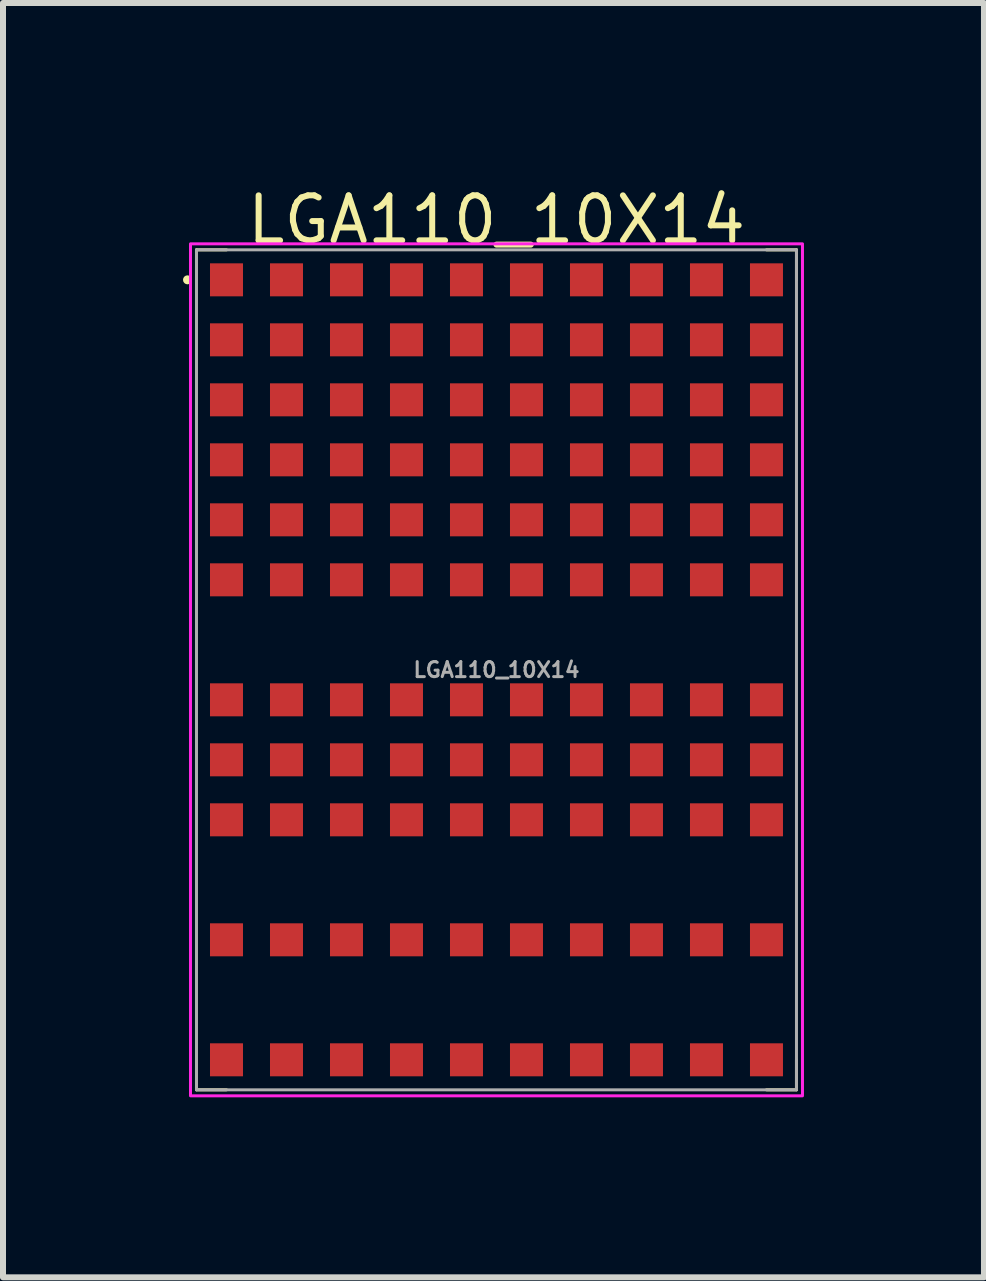
<source format=kicad_pcb>
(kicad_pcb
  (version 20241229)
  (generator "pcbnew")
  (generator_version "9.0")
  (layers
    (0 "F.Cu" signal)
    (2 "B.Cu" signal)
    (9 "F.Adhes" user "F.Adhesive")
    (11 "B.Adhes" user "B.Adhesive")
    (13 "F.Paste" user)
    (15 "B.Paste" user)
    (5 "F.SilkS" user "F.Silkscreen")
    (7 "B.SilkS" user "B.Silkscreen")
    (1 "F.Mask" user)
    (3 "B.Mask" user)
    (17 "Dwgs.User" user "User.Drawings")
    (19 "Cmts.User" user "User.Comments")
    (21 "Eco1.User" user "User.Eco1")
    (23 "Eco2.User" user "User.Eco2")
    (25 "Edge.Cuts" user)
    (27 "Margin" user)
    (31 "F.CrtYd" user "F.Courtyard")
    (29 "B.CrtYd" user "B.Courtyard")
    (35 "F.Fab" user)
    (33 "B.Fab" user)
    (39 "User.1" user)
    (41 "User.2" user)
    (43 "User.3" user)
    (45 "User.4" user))
  (footprint "LGA110_10X14"
    (layer "F.Cu")
    (at 5.225 8.114)
    (property "Reference" "LGA110_10X14" (at 0 -7.5 0) (unlocked yes) (layer "F.SilkS") (effects (font (size 0.75 0.75) (thickness 0.1))))
    (attr smd)
    (fp_line (start -5 -7) (end -5 -6.5) (stroke (width 0.05) (type solid)) (layer "F.SilkS"))
    (fp_line (start -5 -7) (end -4.5 -7) (stroke (width 0.05) (type solid)) (layer "F.SilkS"))
    (fp_line (start -5 7) (end -5 6.5) (stroke (width 0.05) (type solid)) (layer "F.SilkS"))
    (fp_line (start -5 7) (end -4.5 7) (stroke (width 0.05) (type solid)) (layer "F.SilkS"))
    (fp_line (start 5 -7) (end 4.5 -7) (stroke (width 0.05) (type solid)) (layer "F.SilkS"))
    (fp_line (start 5 -7) (end 5 -6.5) (stroke (width 0.05) (type solid)) (layer "F.SilkS"))
    (fp_line (start 5 7) (end 4.5 7) (stroke (width 0.05) (type solid)) (layer "F.SilkS"))
    (fp_line (start 5 7) (end 5 6.5) (stroke (width 0.05) (type solid)) (layer "F.SilkS"))
    (fp_circle (center -5.15 -6.5) (end -5.15 -6.5) (stroke (width 0.05) (type solid)) (fill no) (layer "F.SilkS"))
    (fp_circle (center -5.15 -6.5) (end -5.1 -6.5) (stroke (width 0.05) (type solid)) (fill no) (layer "F.SilkS"))
    (fp_rect (start -5.1 -7.1) (end 5.1 7.1) (stroke (width 0.05) (type solid)) (fill no) (layer "F.CrtYd"))
    (fp_rect (start -5 -7) (end 5 7) (stroke (width 0.05) (type solid)) (fill no) (layer "F.Fab"))
    (fp_text user "${REFERENCE}" (at 0 0 0) (unlocked yes) (layer "F.Fab") (effects (font (size 0.25 0.25) (thickness 0.05))))
    (pad "A1" smd rect (at -4.5 -6.5) (size 0.55 0.55) (layers "F.Cu" "F.Mask" "F.Paste"))
    (pad "A2" smd rect (at -4.5 -5.5) (size 0.55 0.55) (layers "F.Cu" "F.Mask" "F.Paste"))
    (pad "A3" smd rect (at -4.5 -4.5) (size 0.55 0.55) (layers "F.Cu" "F.Mask" "F.Paste"))
    (pad "A4" smd rect (at -4.5 -3.5) (size 0.55 0.55) (layers "F.Cu" "F.Mask" "F.Paste"))
    (pad "A5" smd rect (at -4.5 -2.5) (size 0.55 0.55) (layers "F.Cu" "F.Mask" "F.Paste"))
    (pad "A6" smd rect (at -4.5 -1.5) (size 0.55 0.55) (layers "F.Cu" "F.Mask" "F.Paste"))
    (pad "A8" smd rect (at -4.5 0.5) (size 0.55 0.55) (layers "F.Cu" "F.Mask" "F.Paste"))
    (pad "A9" smd rect (at -4.5 1.5) (size 0.55 0.55) (layers "F.Cu" "F.Mask" "F.Paste"))
    (pad "A10" smd rect (at -4.5 2.5) (size 0.55 0.55) (layers "F.Cu" "F.Mask" "F.Paste"))
    (pad "A12" smd rect (at -4.5 4.5) (size 0.55 0.55) (layers "F.Cu" "F.Mask" "F.Paste"))
    (pad "A14" smd rect (at -4.5 6.5) (size 0.55 0.55) (layers "F.Cu" "F.Mask" "F.Paste"))
    (pad "B1" smd rect (at -3.5 -6.5) (size 0.55 0.55) (layers "F.Cu" "F.Mask" "F.Paste"))
    (pad "B2" smd rect (at -3.5 -5.5) (size 0.55 0.55) (layers "F.Cu" "F.Mask" "F.Paste"))
    (pad "B3" smd rect (at -3.5 -4.5) (size 0.55 0.55) (layers "F.Cu" "F.Mask" "F.Paste"))
    (pad "B4" smd rect (at -3.5 -3.5) (size 0.55 0.55) (layers "F.Cu" "F.Mask" "F.Paste"))
    (pad "B5" smd rect (at -3.5 -2.5) (size 0.55 0.55) (layers "F.Cu" "F.Mask" "F.Paste"))
    (pad "B6" smd rect (at -3.5 -1.5) (size 0.55 0.55) (layers "F.Cu" "F.Mask" "F.Paste"))
    (pad "B8" smd rect (at -3.5 0.5) (size 0.55 0.55) (layers "F.Cu" "F.Mask" "F.Paste"))
    (pad "B9" smd rect (at -3.5 1.5) (size 0.55 0.55) (layers "F.Cu" "F.Mask" "F.Paste"))
    (pad "B10" smd rect (at -3.5 2.5) (size 0.55 0.55) (layers "F.Cu" "F.Mask" "F.Paste"))
    (pad "B12" smd rect (at -3.5 4.5) (size 0.55 0.55) (layers "F.Cu" "F.Mask" "F.Paste"))
    (pad "B14" smd rect (at -3.5 6.5) (size 0.55 0.55) (layers "F.Cu" "F.Mask" "F.Paste"))
    (pad "C1" smd rect (at -2.5 -6.5) (size 0.55 0.55) (layers "F.Cu" "F.Mask" "F.Paste"))
    (pad "C2" smd rect (at -2.5 -5.5) (size 0.55 0.55) (layers "F.Cu" "F.Mask" "F.Paste"))
    (pad "C3" smd rect (at -2.5 -4.5) (size 0.55 0.55) (layers "F.Cu" "F.Mask" "F.Paste"))
    (pad "C4" smd rect (at -2.5 -3.5) (size 0.55 0.55) (layers "F.Cu" "F.Mask" "F.Paste"))
    (pad "C5" smd rect (at -2.5 -2.5) (size 0.55 0.55) (layers "F.Cu" "F.Mask" "F.Paste"))
    (pad "C6" smd rect (at -2.5 -1.5) (size 0.55 0.55) (layers "F.Cu" "F.Mask" "F.Paste"))
    (pad "C8" smd rect (at -2.5 0.5) (size 0.55 0.55) (layers "F.Cu" "F.Mask" "F.Paste"))
    (pad "C9" smd rect (at -2.5 1.5) (size 0.55 0.55) (layers "F.Cu" "F.Mask" "F.Paste"))
    (pad "C10" smd rect (at -2.5 2.5) (size 0.55 0.55) (layers "F.Cu" "F.Mask" "F.Paste"))
    (pad "C12" smd rect (at -2.5 4.5) (size 0.55 0.55) (layers "F.Cu" "F.Mask" "F.Paste"))
    (pad "C14" smd rect (at -2.5 6.5) (size 0.55 0.55) (layers "F.Cu" "F.Mask" "F.Paste"))
    (pad "D1" smd rect (at -1.5 -6.5) (size 0.55 0.55) (layers "F.Cu" "F.Mask" "F.Paste"))
    (pad "D2" smd rect (at -1.5 -5.5) (size 0.55 0.55) (layers "F.Cu" "F.Mask" "F.Paste"))
    (pad "D3" smd rect (at -1.5 -4.5) (size 0.55 0.55) (layers "F.Cu" "F.Mask" "F.Paste"))
    (pad "D4" smd rect (at -1.5 -3.5) (size 0.55 0.55) (layers "F.Cu" "F.Mask" "F.Paste"))
    (pad "D5" smd rect (at -1.5 -2.5) (size 0.55 0.55) (layers "F.Cu" "F.Mask" "F.Paste"))
    (pad "D6" smd rect (at -1.5 -1.5) (size 0.55 0.55) (layers "F.Cu" "F.Mask" "F.Paste"))
    (pad "D8" smd rect (at -1.5 0.5) (size 0.55 0.55) (layers "F.Cu" "F.Mask" "F.Paste"))
    (pad "D9" smd rect (at -1.5 1.5) (size 0.55 0.55) (layers "F.Cu" "F.Mask" "F.Paste"))
    (pad "D10" smd rect (at -1.5 2.5) (size 0.55 0.55) (layers "F.Cu" "F.Mask" "F.Paste"))
    (pad "D12" smd rect (at -1.5 4.5) (size 0.55 0.55) (layers "F.Cu" "F.Mask" "F.Paste"))
    (pad "D14" smd rect (at -1.5 6.5) (size 0.55 0.55) (layers "F.Cu" "F.Mask" "F.Paste"))
    (pad "E1" smd rect (at -0.5 -6.5) (size 0.55 0.55) (layers "F.Cu" "F.Mask" "F.Paste"))
    (pad "E2" smd rect (at -0.5 -5.5) (size 0.55 0.55) (layers "F.Cu" "F.Mask" "F.Paste"))
    (pad "E3" smd rect (at -0.5 -4.5) (size 0.55 0.55) (layers "F.Cu" "F.Mask" "F.Paste"))
    (pad "E4" smd rect (at -0.5 -3.5) (size 0.55 0.55) (layers "F.Cu" "F.Mask" "F.Paste"))
    (pad "E5" smd rect (at -0.5 -2.5) (size 0.55 0.55) (layers "F.Cu" "F.Mask" "F.Paste"))
    (pad "E6" smd rect (at -0.5 -1.5) (size 0.55 0.55) (layers "F.Cu" "F.Mask" "F.Paste"))
    (pad "E8" smd rect (at -0.5 0.5) (size 0.55 0.55) (layers "F.Cu" "F.Mask" "F.Paste"))
    (pad "E9" smd rect (at -0.5 1.5) (size 0.55 0.55) (layers "F.Cu" "F.Mask" "F.Paste"))
    (pad "E10" smd rect (at -0.5 2.5) (size 0.55 0.55) (layers "F.Cu" "F.Mask" "F.Paste"))
    (pad "E12" smd rect (at -0.5 4.5) (size 0.55 0.55) (layers "F.Cu" "F.Mask" "F.Paste"))
    (pad "E14" smd rect (at -0.5 6.5) (size 0.55 0.55) (layers "F.Cu" "F.Mask" "F.Paste"))
    (pad "F1" smd rect (at 0.5 -6.5) (size 0.55 0.55) (layers "F.Cu" "F.Mask" "F.Paste"))
    (pad "F2" smd rect (at 0.5 -5.5) (size 0.55 0.55) (layers "F.Cu" "F.Mask" "F.Paste"))
    (pad "F3" smd rect (at 0.5 -4.5) (size 0.55 0.55) (layers "F.Cu" "F.Mask" "F.Paste"))
    (pad "F4" smd rect (at 0.5 -3.5) (size 0.55 0.55) (layers "F.Cu" "F.Mask" "F.Paste"))
    (pad "F5" smd rect (at 0.5 -2.5) (size 0.55 0.55) (layers "F.Cu" "F.Mask" "F.Paste"))
    (pad "F6" smd rect (at 0.5 -1.5) (size 0.55 0.55) (layers "F.Cu" "F.Mask" "F.Paste"))
    (pad "F8" smd rect (at 0.5 0.5) (size 0.55 0.55) (layers "F.Cu" "F.Mask" "F.Paste"))
    (pad "F9" smd rect (at 0.5 1.5) (size 0.55 0.55) (layers "F.Cu" "F.Mask" "F.Paste"))
    (pad "F10" smd rect (at 0.5 2.5) (size 0.55 0.55) (layers "F.Cu" "F.Mask" "F.Paste"))
    (pad "F12" smd rect (at 0.5 4.5) (size 0.55 0.55) (layers "F.Cu" "F.Mask" "F.Paste"))
    (pad "F14" smd rect (at 0.5 6.5) (size 0.55 0.55) (layers "F.Cu" "F.Mask" "F.Paste"))
    (pad "G1" smd rect (at 1.5 -6.5) (size 0.55 0.55) (layers "F.Cu" "F.Mask" "F.Paste"))
    (pad "G2" smd rect (at 1.5 -5.5) (size 0.55 0.55) (layers "F.Cu" "F.Mask" "F.Paste"))
    (pad "G3" smd rect (at 1.5 -4.5) (size 0.55 0.55) (layers "F.Cu" "F.Mask" "F.Paste"))
    (pad "G4" smd rect (at 1.5 -3.5) (size 0.55 0.55) (layers "F.Cu" "F.Mask" "F.Paste"))
    (pad "G5" smd rect (at 1.5 -2.5) (size 0.55 0.55) (layers "F.Cu" "F.Mask" "F.Paste"))
    (pad "G6" smd rect (at 1.5 -1.5) (size 0.55 0.55) (layers "F.Cu" "F.Mask" "F.Paste"))
    (pad "G8" smd rect (at 1.5 0.5) (size 0.55 0.55) (layers "F.Cu" "F.Mask" "F.Paste"))
    (pad "G9" smd rect (at 1.5 1.5) (size 0.55 0.55) (layers "F.Cu" "F.Mask" "F.Paste"))
    (pad "G10" smd rect (at 1.5 2.5) (size 0.55 0.55) (layers "F.Cu" "F.Mask" "F.Paste"))
    (pad "G12" smd rect (at 1.5 4.5) (size 0.55 0.55) (layers "F.Cu" "F.Mask" "F.Paste"))
    (pad "G14" smd rect (at 1.5 6.5) (size 0.55 0.55) (layers "F.Cu" "F.Mask" "F.Paste"))
    (pad "H1" smd rect (at 2.5 -6.5) (size 0.55 0.55) (layers "F.Cu" "F.Mask" "F.Paste"))
    (pad "H2" smd rect (at 2.5 -5.5) (size 0.55 0.55) (layers "F.Cu" "F.Mask" "F.Paste"))
    (pad "H3" smd rect (at 2.5 -4.5) (size 0.55 0.55) (layers "F.Cu" "F.Mask" "F.Paste"))
    (pad "H4" smd rect (at 2.5 -3.5) (size 0.55 0.55) (layers "F.Cu" "F.Mask" "F.Paste"))
    (pad "H5" smd rect (at 2.5 -2.5) (size 0.55 0.55) (layers "F.Cu" "F.Mask" "F.Paste"))
    (pad "H6" smd rect (at 2.5 -1.5) (size 0.55 0.55) (layers "F.Cu" "F.Mask" "F.Paste"))
    (pad "H8" smd rect (at 2.5 0.5) (size 0.55 0.55) (layers "F.Cu" "F.Mask" "F.Paste"))
    (pad "H9" smd rect (at 2.5 1.5) (size 0.55 0.55) (layers "F.Cu" "F.Mask" "F.Paste"))
    (pad "H10" smd rect (at 2.5 2.5) (size 0.55 0.55) (layers "F.Cu" "F.Mask" "F.Paste"))
    (pad "H12" smd rect (at 2.5 4.5) (size 0.55 0.55) (layers "F.Cu" "F.Mask" "F.Paste"))
    (pad "H14" smd rect (at 2.5 6.5) (size 0.55 0.55) (layers "F.Cu" "F.Mask" "F.Paste"))
    (pad "J1" smd rect (at 3.5 -6.5) (size 0.55 0.55) (layers "F.Cu" "F.Mask" "F.Paste"))
    (pad "J2" smd rect (at 3.5 -5.5) (size 0.55 0.55) (layers "F.Cu" "F.Mask" "F.Paste"))
    (pad "J3" smd rect (at 3.5 -4.5) (size 0.55 0.55) (layers "F.Cu" "F.Mask" "F.Paste"))
    (pad "J4" smd rect (at 3.5 -3.5) (size 0.55 0.55) (layers "F.Cu" "F.Mask" "F.Paste"))
    (pad "J5" smd rect (at 3.5 -2.5) (size 0.55 0.55) (layers "F.Cu" "F.Mask" "F.Paste"))
    (pad "J6" smd rect (at 3.5 -1.5) (size 0.55 0.55) (layers "F.Cu" "F.Mask" "F.Paste"))
    (pad "J8" smd rect (at 3.5 0.5) (size 0.55 0.55) (layers "F.Cu" "F.Mask" "F.Paste"))
    (pad "J9" smd rect (at 3.5 1.5) (size 0.55 0.55) (layers "F.Cu" "F.Mask" "F.Paste"))
    (pad "J10" smd rect (at 3.5 2.5) (size 0.55 0.55) (layers "F.Cu" "F.Mask" "F.Paste"))
    (pad "J12" smd rect (at 3.5 4.5) (size 0.55 0.55) (layers "F.Cu" "F.Mask" "F.Paste"))
    (pad "J14" smd rect (at 3.5 6.5) (size 0.55 0.55) (layers "F.Cu" "F.Mask" "F.Paste"))
    (pad "K1" smd rect (at 4.5 -6.5) (size 0.55 0.55) (layers "F.Cu" "F.Mask" "F.Paste"))
    (pad "K2" smd rect (at 4.5 -5.5) (size 0.55 0.55) (layers "F.Cu" "F.Mask" "F.Paste"))
    (pad "K3" smd rect (at 4.5 -4.5) (size 0.55 0.55) (layers "F.Cu" "F.Mask" "F.Paste"))
    (pad "K4" smd rect (at 4.5 -3.5) (size 0.55 0.55) (layers "F.Cu" "F.Mask" "F.Paste"))
    (pad "K5" smd rect (at 4.5 -2.5) (size 0.55 0.55) (layers "F.Cu" "F.Mask" "F.Paste"))
    (pad "K6" smd rect (at 4.5 -1.5) (size 0.55 0.55) (layers "F.Cu" "F.Mask" "F.Paste"))
    (pad "K8" smd rect (at 4.5 0.5) (size 0.55 0.55) (layers "F.Cu" "F.Mask" "F.Paste"))
    (pad "K9" smd rect (at 4.5 1.5) (size 0.55 0.55) (layers "F.Cu" "F.Mask" "F.Paste"))
    (pad "K10" smd rect (at 4.5 2.5) (size 0.55 0.55) (layers "F.Cu" "F.Mask" "F.Paste"))
    (pad "K12" smd rect (at 4.5 4.5) (size 0.55 0.55) (layers "F.Cu" "F.Mask" "F.Paste"))
    (pad "K14" smd rect (at 4.5 6.5) (size 0.55 0.55) (layers "F.Cu" "F.Mask" "F.Paste")))
  (gr_rect
    (start -3 -3)
    (end 13.35 18.239)
    (stroke (width 0.1) (type default))
    (fill no)
    (layer "Edge.Cuts")))
</source>
